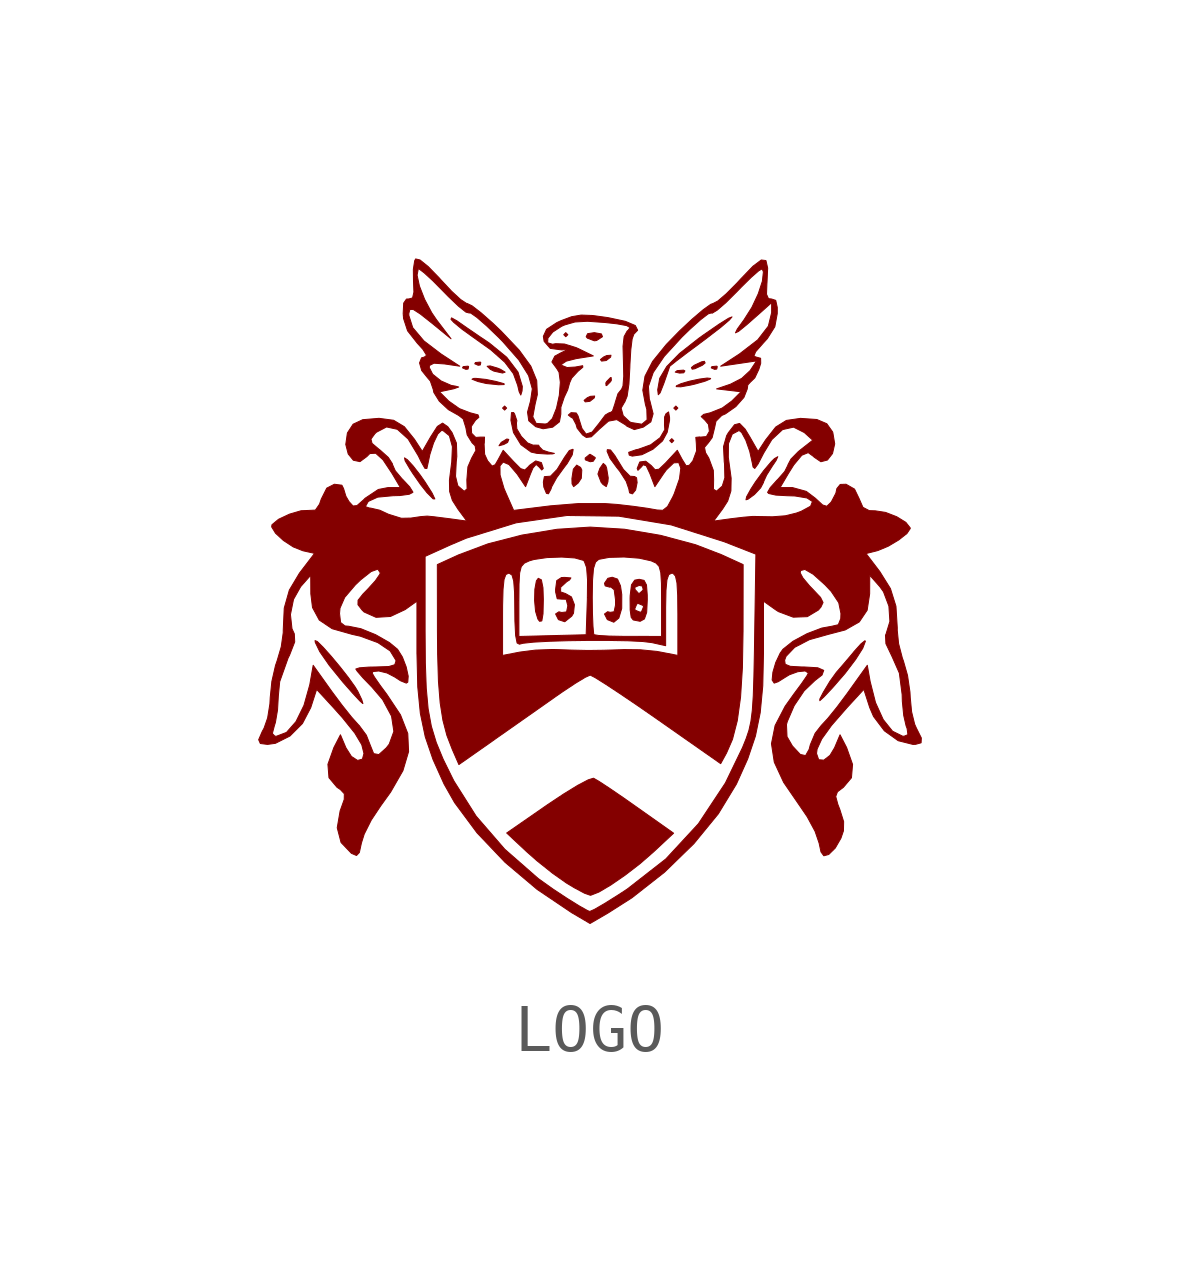
<source format=kicad_sym>
(kicad_symbol_lib
  (version 20220914)
  (generator "bitmap2component")
  (generator_version "9.0")
  (symbol "LOGO"
    (pin_names
      (offset 1.016))
    (property "Reference" "#G"
      (at 0 6.841 0)
      (effects (font (size 1.27 1.27)) hide))
    (symbol "LOGO_0_0"
      (polyline (pts (xy 0.38 -6.736) (xy 0.869 -6.424) (xy 1.548 -5.891) (xy 2.159 -5.297) (xy 2.669 -4.674) (xy 3.046 -4.054) (xy 3.054 -4.036) (xy 3.282 -3.528) (xy 3.442 -3.054) (xy 3.542 -2.565) (xy 3.595 -2.009) (xy 3.61 -1.335) (xy 3.61 -0.243) (xy 3.857 -0.419) (xy 3.921 -0.461) (xy 4.23 -0.577) (xy 4.523 -0.566) (xy 4.754 -0.428) (xy 4.807 -0.366) (xy 4.851 -0.271) (xy 4.799 -0.166) (xy 4.64 0.003) (xy 4.569 0.076) (xy 4.43 0.243) (xy 4.375 0.346) (xy 4.384 0.395) (xy 4.473 0.418) (xy 4.647 0.317) (xy 4.894 0.095) (xy 5.02 -0.039) (xy 5.178 -0.275) (xy 5.224 -0.5) (xy 5.22 -0.607) (xy 5.169 -0.734) (xy 5.033 -0.766) (xy 4.824 -0.804) (xy 4.519 -0.92) (xy 4.224 -1.079) (xy 4.015 -1.246) (xy 3.957 -1.327) (xy 3.888 -1.474) (xy 4.05 -1.474) (xy 4.08 -1.393) (xy 4.26 -1.205) (xy 4.566 -1.046) (xy 4.965 -0.934) (xy 5.313 -0.843) (xy 5.606 -0.676) (xy 5.77 -0.432) (xy 5.822 -0.091) (xy 5.824 0.297) (xy 6.034 0.059) (xy 6.11 -0.047) (xy 6.223 -0.346) (xy 6.244 -0.665) (xy 6.163 -0.93) (xy 6.152 -0.952) (xy 6.161 -1.129) (xy 6.292 -1.404) (xy 6.441 -1.742) (xy 6.499 -2.189) (xy 6.503 -2.33) (xy 6.532 -2.625) (xy 6.581 -2.84) (xy 6.603 -2.899) (xy 6.619 -3.025) (xy 6.539 -3.058) (xy 6.508 -3.056) (xy 6.299 -2.953) (xy 6.105 -2.711) (xy 5.944 -2.356) (xy 5.832 -1.915) (xy 5.773 -1.58) (xy 5.381 -2.128) (xy 5.351 -2.17) (xy 5.14 -2.452) (xy 4.948 -2.689) (xy 4.814 -2.833) (xy 4.686 -2.997) (xy 4.585 -3.237) (xy 4.562 -3.329) (xy 4.487 -3.461) (xy 4.377 -3.437) (xy 4.212 -3.26) (xy 4.1 -3.066) (xy 4.089 -2.814) (xy 4.106 -2.752) (xy 4.249 -2.421) (xy 4.457 -2.112) (xy 4.682 -1.897) (xy 4.83 -1.782) (xy 4.865 -1.685) (xy 4.741 -1.631) (xy 4.454 -1.614) (xy 4.4 -1.614) (xy 4.168 -1.601) (xy 4.063 -1.558) (xy 4.05 -1.474) (xy 3.888 -1.474) (xy 3.866 -1.519) (xy 3.806 -1.724) (xy 3.79 -1.886) (xy 3.833 -1.951) (xy 3.916 -1.922) (xy 4.072 -1.824) (xy 4.149 -1.777) (xy 4.325 -1.713) (xy 4.479 -1.697) (xy 4.545 -1.741) (xy 4.513 -1.801) (xy 4.402 -1.963) (xy 4.238 -2.184) (xy 4.061 -2.433) (xy 3.852 -2.835) (xy 3.776 -3.213) (xy 3.835 -3.598) (xy 4.03 -4.019) (xy 4.365 -4.507) (xy 4.521 -4.736) (xy 4.685 -5.04) (xy 4.769 -5.285) (xy 4.808 -5.468) (xy 4.867 -5.549) (xy 4.968 -5.522) (xy 4.97 -5.521) (xy 5.105 -5.388) (xy 5.224 -5.182) (xy 5.276 -5.029) (xy 5.28 -4.837) (xy 5.202 -4.588) (xy 5.159 -4.476) (xy 5.115 -4.313) (xy 5.151 -4.216) (xy 5.275 -4.122) (xy 5.443 -3.923) (xy 5.466 -3.644) (xy 5.342 -3.294) (xy 5.205 -3.028) (xy 5.091 -3.298) (xy 4.996 -3.456) (xy 4.867 -3.556) (xy 4.76 -3.547) (xy 4.715 -3.417) (xy 4.727 -3.326) (xy 4.824 -3.115) (xy 5.027 -2.833) (xy 5.35 -2.463) (xy 5.701 -2.081) (xy 5.824 -2.462) (xy 5.903 -2.646) (xy 6.128 -2.944) (xy 6.417 -3.151) (xy 6.723 -3.228) (xy 6.777 -3.227) (xy 6.894 -3.195) (xy 6.899 -3.094) (xy 6.796 -2.888) (xy 6.76 -2.808) (xy 6.696 -2.548) (xy 6.668 -2.251) (xy 6.662 -2.138) (xy 6.611 -1.789) (xy 6.525 -1.487) (xy 6.504 -1.431) (xy 6.425 -1.127) (xy 6.397 -0.849) (xy 6.398 -0.801) (xy 6.37 -0.349) (xy 6.255 0.019) (xy 6.034 0.373) (xy 5.747 0.749) (xy 5.969 0.805) (xy 5.997 0.813) (xy 6.21 0.902) (xy 6.428 1.032) (xy 6.599 1.167) (xy 6.668 1.27) (xy 6.667 1.284) (xy 6.576 1.399) (xy 6.386 1.516) (xy 6.154 1.606) (xy 5.94 1.639) (xy 5.814 1.643) (xy 5.682 1.712) (xy 5.6 1.899) (xy 5.507 2.092) (xy 5.33 2.193) (xy 5.209 2.189) (xy 5.139 2.103) (xy 5.118 2.006) (xy 5.027 1.832) (xy 5.01 1.81) (xy 4.93 1.734) (xy 4.842 1.761) (xy 4.691 1.901) (xy 4.502 2.044) (xy 4.212 2.124) (xy 3.956 2.124) (xy 4.127 2.414) (xy 4.241 2.596) (xy 4.408 2.797) (xy 4.542 2.852) (xy 4.656 2.769) (xy 4.663 2.759) (xy 4.806 2.662) (xy 4.943 2.698) (xy 5.048 2.833) (xy 5.094 3.035) (xy 5.055 3.268) (xy 5.049 3.285) (xy 4.929 3.454) (xy 4.722 3.542) (xy 4.389 3.565) (xy 4.376 3.565) (xy 4.087 3.523) (xy 3.865 3.385) (xy 3.654 3.116) (xy 3.498 2.877) (xy 3.325 3.18) (xy 3.227 3.342) (xy 3.112 3.46) (xy 3.007 3.433) (xy 2.879 3.268) (xy 2.842 3.205) (xy 2.777 2.976) (xy 2.792 2.661) (xy 2.798 2.617) (xy 2.805 2.327) (xy 2.751 2.154) (xy 2.631 2.049) (xy 2.567 2.09) (xy 2.571 2.284) (xy 2.565 2.482) (xy 2.47 2.739) (xy 2.402 2.851) (xy 2.381 2.962) (xy 2.462 3.057) (xy 2.54 3.164) (xy 2.591 3.369) (xy 2.62 3.505) (xy 2.74 3.626) (xy 2.816 3.659) (xy 3.033 3.811) (xy 3.202 4.002) (xy 3.271 4.177) (xy 3.283 4.262) (xy 3.347 4.332) (xy 3.35 4.333) (xy 3.43 4.411) (xy 3.513 4.587) (xy 3.552 4.713) (xy 3.55 4.818) (xy 3.462 4.842) (xy 3.41 4.861) (xy 3.445 4.952) (xy 3.605 5.134) (xy 3.69 5.227) (xy 3.846 5.475) (xy 3.897 5.75) (xy 3.897 5.878) (xy 3.865 6.024) (xy 3.778 6.053) (xy 3.714 6.06) (xy 3.673 6.151) (xy 3.681 6.372) (xy 3.683 6.395) (xy 3.697 6.698) (xy 3.661 6.854) (xy 3.564 6.866) (xy 3.392 6.737) (xy 3.132 6.467) (xy 3.057 6.385) (xy 2.835 6.162) (xy 2.659 6.011) (xy 2.561 5.96) (xy 2.511 5.942) (xy 2.353 5.829) (xy 2.126 5.636) (xy 1.861 5.388) (xy 1.586 5.106) (xy 1.3 4.753) (xy 1.141 4.444) (xy 1.095 4.153) (xy 1.15 3.855) (xy 1.179 3.752) (xy 1.185 3.536) (xy 1.076 3.444) (xy 0.857 3.479) (xy 0.822 3.494) (xy 0.687 3.622) (xy 0.644 3.78) (xy 0.716 3.904) (xy 0.72 3.907) (xy 0.769 4.028) (xy 0.806 4.279) (xy 0.825 4.62) (xy 0.827 4.689) (xy 0.845 4.995) (xy 0.873 5.22) (xy 0.908 5.319) (xy 0.988 5.402) (xy 0.939 5.5) (xy 0.731 5.588) (xy 0.37 5.665) (xy 0.053 5.709) (xy -0.189 5.718) (xy -0.388 5.684) (xy -0.607 5.602) (xy -0.696 5.561) (xy -0.91 5.421) (xy -0.977 5.275) (xy -0.961 5.171) (xy -0.833 5.024) (xy -0.595 4.992) (xy -0.525 4.998) (xy -0.494 4.987) (xy -0.616 4.929) (xy -0.738 4.862) (xy -0.799 4.741) (xy -0.694 4.599) (xy -0.65 4.526) (xy -0.623 4.317) (xy -0.644 4.049) (xy -0.703 3.778) (xy -0.789 3.562) (xy -0.893 3.458) (xy -0.939 3.448) (xy -1.127 3.461) (xy -1.197 3.597) (xy -1.15 3.855) (xy -1.102 4.062) (xy -1.115 4.352) (xy -1.238 4.653) (xy -1.482 4.989) (xy -1.861 5.388) (xy -2.031 5.55) (xy -2.276 5.766) (xy -2.463 5.911) (xy -2.563 5.959) (xy -2.58 5.962) (xy -2.701 6.042) (xy -2.89 6.216) (xy -3.112 6.453) (xy -3.15 6.496) (xy -3.377 6.729) (xy -3.547 6.866) (xy -3.638 6.888) (xy -3.658 6.85) (xy -3.686 6.672) (xy -3.683 6.423) (xy -3.674 6.197) (xy -3.702 6.075) (xy -3.78 6.054) (xy -3.829 6.052) (xy -3.887 5.968) (xy -3.898 5.75) (xy -3.895 5.711) (xy -3.78 5.711) (xy -3.78 5.753) (xy -3.758 5.836) (xy -3.687 5.835) (xy -3.54 5.74) (xy -3.291 5.543) (xy -2.901 5.224) (xy -3.203 5.62) (xy -3.303 5.767) (xy -3.451 6.046) (xy -3.559 6.322) (xy -3.608 6.55) (xy -3.583 6.681) (xy -3.568 6.68) (xy -3.461 6.599) (xy -3.278 6.431) (xy -3.049 6.199) (xy -2.954 6.102) (xy -2.744 5.902) (xy -2.591 5.78) (xy -2.525 5.762) (xy -2.492 5.761) (xy -2.362 5.67) (xy -2.159 5.493) (xy -1.908 5.252) (xy -1.824 5.166) (xy -1.487 4.782) (xy -1.285 4.459) (xy -1.207 4.18) (xy -1.245 3.924) (xy -1.307 3.696) (xy -1.281 3.516) (xy -1.136 3.392) (xy -0.982 3.349) (xy -0.783 3.382) (xy -0.642 3.493) (xy -0.613 3.653) (xy -0.612 3.798) (xy -0.543 4.005) (xy -0.47 4.16) (xy -0.429 4.307) (xy -0.386 4.405) (xy -0.255 4.547) (xy -0.154 4.632) (xy -0.158 4.663) (xy -0.313 4.635) (xy -0.482 4.625) (xy -0.594 4.67) (xy -0.595 4.694) (xy -0.499 4.758) (xy -0.29 4.811) (xy 0.064 4.867) (xy -0.243 5.017) (xy -0.297 5.041) (xy -0.537 5.115) (xy -0.721 5.122) (xy -0.786 5.11) (xy -0.888 5.141) (xy -0.882 5.237) (xy -0.781 5.364) (xy -0.597 5.484) (xy -0.531 5.513) (xy -0.319 5.574) (xy -0.057 5.589) (xy 0.312 5.563) (xy 0.554 5.536) (xy 0.758 5.499) (xy 0.83 5.458) (xy 0.792 5.404) (xy 0.768 5.383) (xy 0.706 5.27) (xy 0.683 5.067) (xy 0.692 4.735) (xy 0.692 4.728) (xy 0.698 4.443) (xy 0.682 4.24) (xy 0.649 4.163) (xy 0.644 4.162) (xy 0.577 4.078) (xy 0.52 3.894) (xy 0.514 3.869) (xy 0.462 3.715) (xy 0.41 3.682) (xy 0.401 3.687) (xy 0.315 3.636) (xy 0.2 3.483) (xy 0.195 3.475) (xy 0.039 3.28) (xy -0.087 3.239) (xy -0.173 3.356) (xy -0.191 3.413) (xy -0.254 3.616) (xy -0.291 3.678) (xy -0.399 3.685) (xy -0.457 3.635) (xy -0.399 3.588) (xy -0.363 3.569) (xy -0.297 3.444) (xy -0.273 3.362) (xy -0.16 3.22) (xy -0.082 3.168) (xy 0.022 3.181) (xy 0.164 3.316) (xy 0.176 3.329) (xy 0.38 3.508) (xy 0.553 3.54) (xy 0.733 3.431) (xy 0.767 3.401) (xy 0.918 3.332) (xy 1.105 3.383) (xy 1.263 3.493) (xy 1.31 3.661) (xy 1.245 3.924) (xy 1.231 3.966) (xy 1.212 4.23) (xy 1.312 4.521) (xy 1.541 4.857) (xy 1.909 5.259) (xy 2.077 5.422) (xy 2.3 5.622) (xy 2.458 5.743) (xy 2.525 5.763) (xy 2.539 5.756) (xy 2.643 5.819) (xy 2.823 5.974) (xy 3.049 6.199) (xy 3.14 6.293) (xy 3.354 6.504) (xy 3.512 6.642) (xy 3.583 6.681) (xy 3.608 6.618) (xy 3.587 6.424) (xy 3.501 6.162) (xy 3.368 5.878) (xy 3.204 5.62) (xy 3.199 5.613) (xy 3.065 5.428) (xy 3.026 5.348) (xy 3.089 5.377) (xy 3.26 5.516) (xy 3.547 5.769) (xy 3.78 5.978) (xy 3.78 5.769) (xy 3.711 5.487) (xy 3.491 5.202) (xy 3.111 4.909) (xy 2.718 4.653) (xy 3.092 4.708) (xy 3.465 4.763) (xy 3.337 4.569) (xy 3.332 4.561) (xy 3.157 4.399) (xy 2.922 4.278) (xy 2.633 4.18) (xy 2.888 4.15) (xy 3.143 4.12) (xy 2.949 3.926) (xy 2.75 3.781) (xy 2.502 3.682) (xy 2.364 3.649) (xy 2.312 3.603) (xy 2.391 3.527) (xy 2.463 3.441) (xy 2.483 3.296) (xy 2.42 3.186) (xy 2.292 3.175) (xy 2.28 3.179) (xy 2.2 3.17) (xy 2.211 3.035) (xy 2.216 2.889) (xy 2.139 2.682) (xy 2.065 2.589) (xy 1.998 2.577) (xy 1.916 2.709) (xy 1.814 2.9) (xy 1.597 2.666) (xy 1.567 2.634) (xy 1.434 2.507) (xy 1.351 2.495) (xy 1.269 2.584) (xy 1.156 2.673) (xy 1.032 2.657) (xy 0.978 2.522) (xy 0.994 2.483) (xy 1.061 2.549) (xy 1.104 2.599) (xy 1.167 2.577) (xy 1.245 2.41) (xy 1.347 2.143) (xy 1.523 2.405) (xy 1.586 2.492) (xy 1.74 2.639) (xy 1.844 2.644) (xy 1.887 2.527) (xy 1.859 2.305) (xy 1.751 1.997) (xy 1.718 1.925) (xy 1.611 1.728) (xy 1.512 1.65) (xy 1.384 1.657) (xy 1.379 1.659) (xy 1.192 1.692) (xy 0.9 1.733) (xy 0.564 1.772) (xy 0.312 1.79) (xy -0.251 1.79) (xy -0.829 1.743) (xy -1.596 1.648) (xy -1.759 2.017) (xy -1.797 2.106) (xy -1.879 2.387) (xy -1.881 2.576) (xy -1.815 2.655) (xy -1.692 2.603) (xy -1.523 2.405) (xy -1.347 2.143) (xy -1.245 2.41) (xy -1.194 2.531) (xy -1.128 2.607) (xy -1.062 2.549) (xy -1.011 2.489) (xy -0.978 2.522) (xy -1.018 2.644) (xy -1.136 2.679) (xy -1.269 2.584) (xy -1.284 2.563) (xy -1.363 2.49) (xy -1.451 2.519) (xy -1.597 2.666) (xy -1.814 2.9) (xy -1.917 2.709) (xy -1.98 2.6) (xy -2.045 2.572) (xy -2.139 2.682) (xy -2.201 2.818) (xy -2.212 3.035) (xy -2.207 3.052) (xy -2.203 3.175) (xy -2.292 3.175) (xy -2.386 3.169) (xy -2.472 3.256) (xy -2.479 3.396) (xy -2.391 3.527) (xy -2.32 3.588) (xy -2.338 3.639) (xy -2.502 3.682) (xy -2.725 3.768) (xy -2.949 3.926) (xy -3.142 4.119) (xy -2.888 4.173) (xy -2.842 4.183) (xy -2.741 4.219) (xy -2.806 4.237) (xy -2.895 4.252) (xy -3.109 4.346) (xy -3.284 4.486) (xy -3.356 4.629) (xy -3.348 4.668) (xy -3.257 4.715) (xy -3.037 4.7) (xy -2.719 4.653) (xy -3.111 4.909) (xy -3.465 5.179) (xy -3.699 5.456) (xy -3.78 5.711) (xy -3.895 5.711) (xy -3.89 5.647) (xy -3.806 5.39) (xy -3.605 5.134) (xy -3.486 5.003) (xy -3.41 4.88) (xy -3.458 4.842) (xy -3.515 4.827) (xy -3.557 4.721) (xy -3.512 4.563) (xy -3.389 4.41) (xy -3.332 4.344) (xy -3.271 4.167) (xy -3.259 4.106) (xy -3.146 3.925) (xy -2.955 3.747) (xy -2.74 3.626) (xy -2.648 3.554) (xy -2.591 3.369) (xy -2.564 3.222) (xy -2.462 3.057) (xy -2.399 2.995) (xy -2.382 2.898) (xy -2.47 2.739) (xy -2.549 2.556) (xy -2.571 2.284) (xy -2.566 2.096) (xy -2.627 2.047) (xy -2.751 2.154) (xy -2.761 2.168) (xy -2.807 2.359) (xy -2.792 2.661) (xy -2.78 2.771) (xy -2.788 3.051) (xy -2.879 3.268) (xy -2.969 3.393) (xy -3.077 3.467) (xy -3.185 3.398) (xy -3.325 3.18) (xy -3.499 2.877) (xy -3.654 3.116) (xy -3.663 3.13) (xy -3.874 3.392) (xy -4.097 3.526) (xy -4.389 3.565) (xy -4.42 3.565) (xy -4.741 3.538) (xy -4.941 3.444) (xy -5.056 3.268) (xy -5.061 3.255) (xy -5.094 3.022) (xy -5.043 2.824) (xy -4.936 2.693) (xy -4.798 2.664) (xy -4.656 2.769) (xy -4.593 2.832) (xy -4.47 2.839) (xy -4.319 2.703) (xy -4.127 2.414) (xy -3.956 2.124) (xy -4.212 2.124) (xy -4.416 2.084) (xy -4.691 1.901) (xy -4.723 1.868) (xy -4.86 1.748) (xy -4.943 1.74) (xy -5.027 1.832) (xy -5.092 1.944) (xy -5.14 2.103) (xy -5.175 2.173) (xy -5.331 2.193) (xy -5.49 2.112) (xy -5.604 1.885) (xy -5.641 1.778) (xy -5.677 1.726) (xy -4.686 1.726) (xy -4.63 1.827) (xy -4.619 1.838) (xy -4.43 1.924) (xy -4.11 1.954) (xy -3.966 1.958) (xy -3.772 1.984) (xy -3.695 2.024) (xy -3.696 2.031) (xy -3.764 2.14) (xy -3.908 2.294) (xy -3.923 2.308) (xy -4.063 2.474) (xy -4.12 2.603) (xy -4.123 2.621) (xy -4.207 2.751) (xy -4.374 2.901) (xy -4.404 2.924) (xy -4.547 3.045) (xy -4.569 3.134) (xy -4.489 3.244) (xy -4.457 3.276) (xy -4.244 3.387) (xy -4.019 3.338) (xy -3.794 3.135) (xy -3.583 2.785) (xy -3.522 2.659) (xy -3.445 2.524) (xy -3.404 2.521) (xy -3.379 2.634) (xy -3.342 2.812) (xy -3.265 3.054) (xy -3.177 3.239) (xy -3.101 3.313) (xy -3.066 3.31) (xy -2.935 3.204) (xy -2.872 2.975) (xy -2.886 2.654) (xy -2.891 2.621) (xy -2.934 2.278) (xy -2.93 2.042) (xy -2.873 1.858) (xy -2.755 1.673) (xy -2.571 1.425) (xy -2.942 1.476) (xy -3.039 1.488) (xy -3.267 1.517) (xy -3.398 1.529) (xy -3.529 1.519) (xy -3.738 1.488) (xy -3.936 1.484) (xy -4.205 1.568) (xy -4.386 1.652) (xy -4.577 1.696) (xy -4.598 1.697) (xy -4.686 1.726) (xy -5.677 1.726) (xy -5.727 1.654) (xy -5.854 1.648) (xy -6.025 1.641) (xy -6.267 1.57) (xy -6.495 1.463) (xy -6.632 1.349) (xy -6.638 1.304) (xy -6.558 1.173) (xy -6.394 1.022) (xy -6.188 0.887) (xy -5.987 0.807) (xy -5.744 0.753) (xy -6.033 0.375) (xy -6.06 0.339) (xy -6.27 -0.013) (xy -6.376 -0.387) (xy -6.397 -0.849) (xy -6.397 -0.899) (xy -6.438 -1.192) (xy -6.525 -1.487) (xy -6.558 -1.582) (xy -6.634 -1.915) (xy -6.668 -2.251) (xy -6.675 -2.384) (xy -6.722 -2.676) (xy -6.796 -2.888) (xy -6.834 -2.957) (xy -6.853 -3.001) (xy -6.624 -3.001) (xy -6.582 -2.84) (xy -6.56 -2.77) (xy -6.516 -2.511) (xy -6.499 -2.216) (xy -6.471 -1.921) (xy -6.295 -1.426) (xy -6.266 -1.37) (xy -6.158 -1.092) (xy -6.166 -0.925) (xy -6.215 -0.817) (xy -6.247 -0.522) (xy -6.183 -0.206) (xy -6.034 0.059) (xy -5.824 0.297) (xy -5.822 -0.091) (xy -5.787 -0.376) (xy -5.646 -0.637) (xy -5.378 -0.817) (xy -4.965 -0.934) (xy -4.791 -0.973) (xy -4.426 -1.107) (xy -4.169 -1.28) (xy -4.05 -1.474) (xy -4.048 -1.492) (xy -4.073 -1.568) (xy -4.197 -1.605) (xy -4.454 -1.614) (xy -4.612 -1.617) (xy -4.808 -1.632) (xy -4.885 -1.657) (xy -4.855 -1.703) (xy -4.734 -1.843) (xy -4.55 -2.033) (xy -4.326 -2.295) (xy -4.14 -2.64) (xy -4.092 -2.957) (xy -4.189 -3.223) (xy -4.251 -3.302) (xy -4.405 -3.44) (xy -4.513 -3.42) (xy -4.585 -3.241) (xy -4.665 -3.036) (xy -4.815 -2.833) (xy -4.829 -2.82) (xy -4.973 -2.659) (xy -5.17 -2.412) (xy -5.382 -2.128) (xy -5.773 -1.58) (xy -5.832 -1.915) (xy -5.844 -1.984) (xy -5.965 -2.414) (xy -6.132 -2.754) (xy -6.329 -2.978) (xy -6.539 -3.058) (xy -6.572 -3.056) (xy -6.624 -3.001) (xy -6.853 -3.001) (xy -6.909 -3.13) (xy -6.874 -3.209) (xy -6.724 -3.228) (xy -6.559 -3.205) (xy -6.257 -3.053) (xy -5.997 -2.793) (xy -5.824 -2.462) (xy -5.701 -2.081) (xy -5.35 -2.463) (xy -5.164 -2.671) (xy -4.906 -2.992) (xy -4.761 -3.234) (xy -4.715 -3.417) (xy -4.747 -3.535) (xy -4.848 -3.562) (xy -4.976 -3.479) (xy -5.091 -3.298) (xy -5.205 -3.028) (xy -5.342 -3.294) (xy -5.466 -3.642) (xy -5.444 -3.922) (xy -5.276 -4.122) (xy -5.207 -4.168) (xy -5.124 -4.256) (xy -5.126 -4.375) (xy -5.202 -4.588) (xy -5.211 -4.61) (xy -5.272 -4.965) (xy -5.192 -5.272) (xy -4.977 -5.497) (xy -4.975 -5.498) (xy -4.87 -5.543) (xy -4.811 -5.481) (xy -4.768 -5.283) (xy -4.71 -5.098) (xy -4.563 -4.805) (xy -4.365 -4.507) (xy -4.159 -4.221) (xy -3.903 -3.775) (xy -3.785 -3.378) (xy -3.802 -3.001) (xy -3.954 -2.612) (xy -4.239 -2.184) (xy -4.374 -2.002) (xy -4.497 -1.825) (xy -4.545 -1.741) (xy -4.526 -1.71) (xy -4.407 -1.698) (xy -4.234 -1.74) (xy -4.073 -1.824) (xy -3.953 -1.902) (xy -3.833 -1.951) (xy -3.802 -1.931) (xy -3.793 -1.806) (xy -3.835 -1.613) (xy -3.914 -1.408) (xy -4.015 -1.246) (xy -4.186 -1.105) (xy -4.472 -0.942) (xy -4.78 -0.817) (xy -5.033 -0.766) (xy -5.111 -0.759) (xy -5.202 -0.688) (xy -5.224 -0.5) (xy -5.214 -0.388) (xy -5.116 -0.164) (xy -4.895 0.095) (xy -4.784 0.201) (xy -4.565 0.374) (xy -4.425 0.424) (xy -4.375 0.346) (xy -4.385 0.316) (xy -4.478 0.181) (xy -4.64 0.003) (xy -4.735 -0.094) (xy -4.838 -0.224) (xy -4.84 -0.317) (xy -4.754 -0.428) (xy -4.712 -0.469) (xy -4.463 -0.58) (xy -4.162 -0.562) (xy -3.857 -0.419) (xy -3.611 -0.243) (xy -3.611 -0.871) (xy -3.441 -0.871) (xy -3.441 0.69) (xy -2.91 0.93) (xy -2.582 1.069) (xy -1.545 1.389) (xy -0.485 1.542) (xy 0.594 1.528) (xy 1.214 1.425) (xy 2.571 1.425) (xy 2.759 1.679) (xy 2.864 1.843) (xy 2.931 2.054) (xy 2.936 2.32) (xy 2.885 2.696) (xy 2.877 2.754) (xy 2.88 3.039) (xy 2.959 3.238) (xy 3.101 3.313) (xy 3.155 3.271) (xy 3.242 3.11) (xy 3.323 2.879) (xy 3.377 2.634) (xy 3.393 2.552) (xy 3.428 2.522) (xy 3.496 2.614) (xy 3.615 2.844) (xy 3.784 3.124) (xy 4.008 3.332) (xy 4.237 3.383) (xy 4.461 3.27) (xy 4.637 3.111) (xy 4.378 2.908) (xy 4.335 2.873) (xy 4.182 2.717) (xy 4.12 2.6) (xy 4.119 2.591) (xy 4.052 2.458) (xy 3.908 2.294) (xy 3.889 2.276) (xy 3.752 2.124) (xy 3.695 2.024) (xy 3.719 2) (xy 3.866 1.967) (xy 4.103 1.954) (xy 4.264 1.949) (xy 4.517 1.907) (xy 4.63 1.833) (xy 4.592 1.736) (xy 4.395 1.629) (xy 4.294 1.592) (xy 4.067 1.536) (xy 3.796 1.515) (xy 3.419 1.522) (xy 3.382 1.522) (xy 3.194 1.506) (xy 2.942 1.476) (xy 2.571 1.425) (xy 1.214 1.425) (xy 1.686 1.346) (xy 2.788 0.996) (xy 3.452 0.736) (xy 3.425 -1.012) (xy 3.421 -1.287) (xy 3.41 -1.816) (xy 3.397 -2.216) (xy 3.377 -2.517) (xy 3.348 -2.746) (xy 3.307 -2.933) (xy 3.249 -3.106) (xy 3.173 -3.294) (xy 2.816 -4.032) (xy 2.254 -4.881) (xy 1.576 -5.614) (xy 0.771 -6.242) (xy 0.572 -6.372) (xy 0.294 -6.546) (xy 0.089 -6.665) (xy -0.01 -6.709) (xy -0.057 -6.69) (xy -0.226 -6.595) (xy -0.479 -6.438) (xy -0.782 -6.238) (xy -1.082 -6.024) (xy -1.781 -5.412) (xy -2.378 -4.722) (xy -2.839 -3.993) (xy -2.874 -3.924) (xy -3.066 -3.534) (xy -3.209 -3.187) (xy -3.311 -2.85) (xy -3.378 -2.485) (xy -3.417 -2.057) (xy -3.436 -1.531) (xy -3.441 -0.871) (xy -3.611 -0.871) (xy -3.611 -1.335) (xy -3.61 -1.359) (xy -3.594 -2.028) (xy -3.54 -2.581) (xy -3.438 -3.069) (xy -3.276 -3.543) (xy -3.046 -4.054) (xy -2.827 -4.44) (xy -2.359 -5.071) (xy -1.775 -5.685) (xy -1.106 -6.25) (xy -0.385 -6.736) (xy -0.004 -6.96) (xy 0.38 -6.736)) (stroke (width 0.01) (type default)) (fill (type outline)))
      (polyline (pts (xy 0.014 -6.37) (xy 0.18 -6.305) (xy 0.43 -6.157) (xy 0.729 -5.951) (xy 1.038 -5.713) (xy 1.319 -5.468) (xy 1.737 -5.078) (xy 0.956 -4.526) (xy 0.68 -4.332) (xy 0.393 -4.136) (xy 0.179 -3.996) (xy 0.07 -3.933) (xy 0.069 -3.932) (xy -0.042 -3.966) (xy -0.259 -4.08) (xy -0.551 -4.259) (xy -0.888 -4.483) (xy -1.741 -5.074) (xy -1.322 -5.466) (xy -1.111 -5.652) (xy -0.787 -5.911) (xy -0.498 -6.115) (xy -0.327 -6.218) (xy -0.119 -6.329) (xy -0.000100 -6.371) (xy 0.014 -6.37)) (stroke (width 0.01) (type default)) (fill (type outline)))
      (polyline (pts (xy -2.048 -3.165) (xy -1.954 -3.098) (xy -1.538 -2.806) (xy -1.101 -2.499) (xy -0.723 -2.233) (xy -0.579 -2.133) (xy -0.309 -1.954) (xy -0.104 -1.83) (xy -0.001 -1.784) (xy 0.000200 -1.784) (xy 0.098 -1.834) (xy 0.309 -1.966) (xy 0.613 -2.166) (xy 0.985 -2.418) (xy 1.402 -2.707) (xy 2.718 -3.629) (xy 2.84 -3.407) (xy 2.964 -3.122) (xy 3.064 -2.735) (xy 3.132 -2.244) (xy 3.171 -1.629) (xy 3.184 -0.866) (xy 3.186 0.519) (xy 2.739 0.723) (xy 2.194 0.933) (xy 1.467 1.128) (xy 0.711 1.256) (xy -0.000100 1.3) (xy -0.002 1.3) (xy -0.69 1.255) (xy -1.423 1.134) (xy -2.129 0.952) (xy -2.74 0.723) (xy -3.186 0.519) (xy -3.184 -0.866) (xy -3.18 -1.351) (xy -3.179 -1.374) (xy -1.827 -1.374) (xy -1.827 -0.517) (xy -1.826 -0.33) (xy -1.817 0.005) (xy -1.796 0.209) (xy -1.758 0.312) (xy -1.699 0.34) (xy -1.689 0.339) (xy -1.63 0.3) (xy -1.595 0.178) (xy -1.577 -0.055) (xy -1.574 -0.232) (xy -1.487 -0.232) (xy -1.484 0.115) (xy -1.471 0.345) (xy -1.437 0.477) (xy -1.373 0.549) (xy -1.269 0.597) (xy -1.172 0.625) (xy -0.9 0.665) (xy -0.594 0.676) (xy -0.32 0.657) (xy -0.145 0.608) (xy -0.124 0.588) (xy -0.076 0.456) (xy -0.056 0.2) (xy -0.06 -0.165) (xy 0.042 -0.165) (xy 0.048 0.197) (xy 0.068 0.437) (xy 0.11 0.57) (xy 0.177 0.628) (xy 0.394 0.669) (xy 0.704 0.677) (xy 1.022 0.652) (xy 1.269 0.597) (xy 1.37 0.551) (xy 1.435 0.481) (xy 1.47 0.351) (xy 1.484 0.126) (xy 1.486 -0.232) (xy 1.486 -0.978) (xy 0.801 -0.977) (xy 0.705 -0.977) (xy 0.398 -0.971) (xy 0.175 -0.958) (xy 0.079 -0.942) (xy 0.071 -0.92) (xy 0.057 -0.767) (xy 0.046 -0.501) (xy 0.042 -0.165) (xy -0.06 -0.165) (xy -0.06 -0.202) (xy -0.085 -0.943) (xy -0.786 -0.961) (xy -1.487 -0.979) (xy -1.487 -0.232) (xy -1.574 -0.232) (xy -1.572 -0.43) (xy -1.57 -0.653) (xy -1.555 -0.957) (xy -1.524 -1.115) (xy -1.475 -1.14) (xy -1.403 -1.121) (xy -1.181 -1.097) (xy -0.852 -1.079) (xy -0.453 -1.067) (xy -0.022 -1.061) (xy 0.405 -1.062) (xy 0.789 -1.069) (xy 1.095 -1.084) (xy 1.285 -1.107) (xy 1.571 -1.171) (xy 1.571 -0.416) (xy 1.571 -0.373) (xy 1.578 -0.018) (xy 1.598 0.2) (xy 1.636 0.31) (xy 1.699 0.34) (xy 1.727 0.335) (xy 1.776 0.279) (xy 1.807 0.137) (xy 1.822 -0.119) (xy 1.826 -0.517) (xy 1.826 -1.374) (xy 1.465 -1.304) (xy 1.388 -1.29) (xy 1.042 -1.256) (xy 0.701 -1.252) (xy 0.605 -1.256) (xy 0.277 -1.266) (xy -0.000100 -1.27) (xy -0.075 -1.27) (xy -0.381 -1.263) (xy -0.701 -1.252) (xy -0.786 -1.25) (xy -1.142 -1.263) (xy -1.466 -1.304) (xy -1.827 -1.374) (xy -3.179 -1.374) (xy -3.163 -1.913) (xy -3.127 -2.361) (xy -3.07 -2.725) (xy -2.988 -3.038) (xy -2.875 -3.332) (xy -2.737 -3.648) (xy -2.048 -3.165)) (stroke (width 0.01) (type default)) (fill (type outline)))
      (polyline (pts (xy -4.737 -2.377) (xy -4.761 -2.295) (xy -4.842 -2.125) (xy -4.899 -2.031) (xy -5.036 -1.839) (xy -5.212 -1.614) (xy -5.398 -1.391) (xy -5.566 -1.203) (xy -5.688 -1.083) (xy -5.734 -1.065) (xy -5.729 -1.103) (xy -5.635 -1.297) (xy -5.438 -1.581) (xy -5.152 -1.933) (xy -5.142 -1.944) (xy -4.949 -2.163) (xy -4.804 -2.319) (xy -4.739 -2.378) (xy -4.737 -2.377)) (stroke (width 0.01) (type default)) (fill (type outline)))
      (polyline (pts (xy 4.87 -2.238) (xy 5.057 -2.039) (xy 5.312 -1.745) (xy 5.529 -1.459) (xy 5.678 -1.225) (xy 5.734 -1.077) (xy 5.723 -1.068) (xy 5.64 -1.134) (xy 5.5 -1.289) (xy 5.454 -1.346) (xy 5.275 -1.557) (xy 5.139 -1.714) (xy 5.128 -1.727) (xy 4.996 -1.91) (xy 4.858 -2.139) (xy 4.855 -2.145) (xy 4.783 -2.284) (xy 4.784 -2.317) (xy 4.87 -2.238)) (stroke (width 0.01) (type default)) (fill (type outline)))
      (polyline (pts (xy -3.294 2.007) (xy -3.441 2.239) (xy -3.544 2.386) (xy -3.695 2.58) (xy -3.81 2.704) (xy -3.87 2.743) (xy -3.857 2.681) (xy -3.753 2.504) (xy -3.693 2.412) (xy -3.531 2.18) (xy -3.403 2.018) (xy -3.274 1.888) (xy -3.238 1.887) (xy -3.294 2.007)) (stroke (width 0.01) (type default)) (fill (type outline)))
      (polyline (pts (xy 3.287 1.881) (xy 3.421 1.979) (xy 3.551 2.118) (xy 3.61 2.23) (xy 3.613 2.247) (xy 3.676 2.385) (xy 3.798 2.578) (xy 3.872 2.687) (xy 3.908 2.767) (xy 3.838 2.727) (xy 3.775 2.666) (xy 3.614 2.476) (xy 3.441 2.239) (xy 3.347 2.093) (xy 3.258 1.932) (xy 3.245 1.869) (xy 3.287 1.881)) (stroke (width 0.01) (type default)) (fill (type outline)))
      (polyline (pts (xy -0.818 2.093) (xy -0.804 2.139) (xy -0.702 2.325) (xy -0.546 2.54) (xy -0.48 2.626) (xy -0.375 2.806) (xy -0.356 2.915) (xy -0.362 2.922) (xy -0.436 2.896) (xy -0.535 2.755) (xy -0.69 2.502) (xy -0.828 2.361) (xy -0.924 2.354) (xy -0.956 2.351) (xy -0.977 2.237) (xy -0.967 2.134) (xy -0.913 2.003) (xy -0.871 1.994) (xy -0.818 2.093)) (stroke (width 0.01) (type default)) (fill (type outline)))
      (polyline (pts (xy 0.946 2.074) (xy 0.977 2.228) (xy 0.965 2.328) (xy 0.924 2.354) (xy 0.829 2.36) (xy 0.691 2.501) (xy 0.534 2.755) (xy 0.521 2.779) (xy 0.423 2.907) (xy 0.356 2.914) (xy 0.351 2.878) (xy 0.413 2.732) (xy 0.552 2.541) (xy 0.615 2.463) (xy 0.749 2.254) (xy 0.803 2.098) (xy 0.82 2.013) (xy 0.88 1.992) (xy 0.946 2.074)) (stroke (width 0.01) (type default)) (fill (type outline)))
      (polyline (pts (xy -0.252 2.218) (xy -0.186 2.318) (xy -0.176 2.49) (xy -0.201 2.543) (xy -0.282 2.592) (xy -0.352 2.507) (xy -0.382 2.313) (xy -0.379 2.201) (xy -0.346 2.143) (xy -0.252 2.218)) (stroke (width 0.01) (type default)) (fill (type outline)))
      (polyline (pts (xy 0.368 2.243) (xy 0.375 2.325) (xy 0.341 2.532) (xy 0.321 2.583) (xy 0.272 2.627) (xy 0.2 2.523) (xy 0.16 2.406) (xy 0.227 2.234) (xy 0.266 2.188) (xy 0.334 2.144) (xy 0.368 2.243)) (stroke (width 0.01) (type default)) (fill (type outline)))
      (polyline (pts (xy 0.062 2.672) (xy 0.106 2.739) (xy 0.101 2.751) (xy -0.000100 2.816) (xy -0.013 2.815) (xy -0.106 2.739) (xy -0.102 2.701) (xy -0.000100 2.662) (xy 0.062 2.672)) (stroke (width 0.01) (type default)) (fill (type outline)))
      (polyline (pts (xy 1.075 2.808) (xy 1.306 2.922) (xy 1.506 3.096) (xy 1.604 3.277) (xy 1.653 3.526) (xy 1.653 3.583) (xy 1.632 3.7) (xy 1.578 3.661) (xy 1.549 3.594) (xy 1.547 3.424) (xy 1.554 3.331) (xy 1.456 3.163) (xy 1.258 3.014) (xy 0.999 2.921) (xy 0.953 2.912) (xy 0.801 2.858) (xy 0.812 2.8) (xy 0.875 2.779) (xy 1.075 2.808)) (stroke (width 0.01) (type default)) (fill (type outline)))
      (polyline (pts (xy -0.785 2.825) (xy -0.747 2.836) (xy -0.871 2.863) (xy -0.99 2.903) (xy -1.062 2.977) (xy -1.075 3.007) (xy -1.177 3.009) (xy -1.187 3.006) (xy -1.305 3.053) (xy -1.436 3.188) (xy -1.53 3.347) (xy -1.538 3.468) (xy -1.529 3.517) (xy -1.576 3.657) (xy -1.598 3.688) (xy -1.641 3.685) (xy -1.653 3.526) (xy -1.599 3.27) (xy -1.444 3.017) (xy -1.232 2.863) (xy -1.11 2.836) (xy -0.892 2.822) (xy -0.785 2.825)) (stroke (width 0.01) (type default)) (fill (type outline)))
      (polyline (pts (xy -1.802 3.021) (xy -1.722 3.064) (xy -1.697 3.127) (xy -1.738 3.136) (xy -1.849 3.069) (xy -1.86 3.058) (xy -1.901 2.995) (xy -1.802 3.021)) (stroke (width 0.01) (type default)) (fill (type outline)))
      (polyline (pts (xy 1.741 3.101) (xy 1.699 3.143) (xy 1.656 3.101) (xy 1.699 3.058) (xy 1.741 3.101)) (stroke (width 0.01) (type default)) (fill (type outline)))
      (polyline (pts (xy -1.742 3.78) (xy -1.784 3.823) (xy -1.827 3.78) (xy -1.784 3.738) (xy -1.742 3.78)) (stroke (width 0.01) (type default)) (fill (type outline)))
      (polyline (pts (xy 1.826 3.78) (xy 1.784 3.823) (xy 1.741 3.78) (xy 1.784 3.738) (xy 1.826 3.78)) (stroke (width 0.01) (type default)) (fill (type outline)))
      (polyline (pts (xy -0.007 3.921) (xy 0.084 3.992) (xy 0.092 4.031) (xy 0.004 4.025) (xy -0.061 3.996) (xy -0.128 3.941) (xy -0.104 3.909) (xy -0.007 3.921)) (stroke (width 0.01) (type default)) (fill (type outline)))
      (polyline (pts (xy -1.421 4.136) (xy -1.415 4.231) (xy -1.505 4.53) (xy -1.74 4.839) (xy -2.104 5.136) (xy -2.311 5.275) (xy -2.572 5.454) (xy -2.757 5.583) (xy -2.776 5.597) (xy -2.89 5.66) (xy -2.902 5.629) (xy -2.843 5.565) (xy -2.67 5.422) (xy -2.438 5.255) (xy -2.071 4.993) (xy -1.78 4.735) (xy -1.601 4.497) (xy -1.512 4.254) (xy -1.481 4.121) (xy -1.447 4.052) (xy -1.421 4.136)) (stroke (width 0.01) (type default)) (fill (type outline)))
      (polyline (pts (xy 1.456 4.098) (xy 1.532 4.29) (xy 1.563 4.378) (xy 1.628 4.565) (xy 1.655 4.648) (xy 1.673 4.665) (xy 1.796 4.763) (xy 2.01 4.926) (xy 2.285 5.13) (xy 2.426 5.236) (xy 2.723 5.465) (xy 2.899 5.615) (xy 2.954 5.68) (xy 2.884 5.653) (xy 2.688 5.531) (xy 2.362 5.306) (xy 2.26 5.233) (xy 1.859 4.917) (xy 1.594 4.646) (xy 1.448 4.401) (xy 1.406 4.163) (xy 1.406 4.158) (xy 1.418 4.058) (xy 1.456 4.098)) (stroke (width 0.01) (type default)) (fill (type outline)))
      (polyline (pts (xy 2.09 4.259) (xy 2.192 4.283) (xy 2.4 4.343) (xy 2.503 4.387) (xy 2.509 4.398) (xy 2.436 4.406) (xy 2.273 4.384) (xy 2.075 4.342) (xy 1.897 4.291) (xy 1.795 4.244) (xy 1.791 4.227) (xy 1.887 4.223) (xy 2.09 4.259)) (stroke (width 0.01) (type default)) (fill (type outline)))
      (polyline (pts (xy -1.794 4.27) (xy -1.795 4.288) (xy -1.954 4.332) (xy -2.171 4.377) (xy -2.379 4.399) (xy -2.433 4.398) (xy -2.464 4.381) (xy -2.336 4.332) (xy -2.167 4.292) (xy -1.911 4.266) (xy -1.794 4.27)) (stroke (width 0.01) (type default)) (fill (type outline)))
      (polyline (pts (xy 0.345 4.251) (xy 0.425 4.332) (xy 0.441 4.363) (xy 0.435 4.418) (xy 0.42 4.414) (xy 0.34 4.332) (xy 0.324 4.302) (xy 0.33 4.248) (xy 0.345 4.251)) (stroke (width 0.01) (type default)) (fill (type outline)))
      (polyline (pts (xy -1.773 4.529) (xy -1.869 4.587) (xy -1.928 4.612) (xy -2.086 4.659) (xy -2.148 4.651) (xy -2.081 4.587) (xy -2.008 4.55) (xy -1.827 4.51) (xy -1.773 4.529)) (stroke (width 0.01) (type default)) (fill (type outline)))
      (polyline (pts (xy 1.948 4.515) (xy 1.973 4.554) (xy 1.943 4.571) (xy 1.81 4.56) (xy 1.771 4.53) (xy 1.862 4.509) (xy 1.948 4.515)) (stroke (width 0.01) (type default)) (fill (type outline)))
      (polyline (pts (xy -2.546 4.593) (xy -2.534 4.644) (xy -2.547 4.654) (xy -2.648 4.644) (xy -2.661 4.618) (xy -2.591 4.587) (xy -2.546 4.593)) (stroke (width 0.01) (type default)) (fill (type outline)))
      (polyline (pts (xy 2.181 4.6) (xy 2.336 4.672) (xy 2.394 4.72) (xy 2.378 4.755) (xy 2.321 4.744) (xy 2.166 4.672) (xy 2.108 4.625) (xy 2.124 4.59) (xy 2.181 4.6)) (stroke (width 0.01) (type default)) (fill (type outline)))
      (polyline (pts (xy 2.636 4.593) (xy 2.647 4.644) (xy 2.635 4.654) (xy 2.534 4.644) (xy 2.521 4.618) (xy 2.591 4.587) (xy 2.636 4.593)) (stroke (width 0.01) (type default)) (fill (type outline)))
      (polyline (pts (xy -2.291 4.678) (xy -2.28 4.729) (xy -2.292 4.739) (xy -2.393 4.729) (xy -2.406 4.703) (xy -2.336 4.672) (xy -2.291 4.678)) (stroke (width 0.01) (type default)) (fill (type outline)))
      (polyline (pts (xy 0.333 4.771) (xy 0.424 4.841) (xy 0.432 4.881) (xy 0.344 4.875) (xy 0.279 4.845) (xy 0.212 4.791) (xy 0.236 4.759) (xy 0.333 4.771)) (stroke (width 0.01) (type default)) (fill (type outline)))
      (polyline (pts (xy 0.132 5.188) (xy 0.255 5.267) (xy 0.233 5.325) (xy 0.085 5.352) (xy -0.055 5.33) (xy -0.085 5.267) (xy -0.058 5.236) (xy 0.085 5.182) (xy 0.132 5.188)) (stroke (width 0.01) (type default)) (fill (type outline)))
      (polyline (pts (xy -0.467 5.309) (xy -0.51 5.352) (xy -0.552 5.309) (xy -0.51 5.267) (xy -0.467 5.309)) (stroke (width 0.01) (type default)) (fill (type outline)))
      (polyline (pts (xy -1.009 -0.655) (xy -0.984 -0.507) (xy -0.977 -0.205) (xy -0.985 0.036) (xy -1.018 0.201) (xy -1.083 0.233) (xy -1.122 0.18) (xy -1.154 0.005) (xy -1.16 -0.228) (xy -1.139 -0.457) (xy -1.091 -0.616) (xy -1.056 -0.663) (xy -1.009 -0.655)) (stroke (width 0.01) (type default)) (fill (type outline)))
      (polyline (pts (xy -0.386 -0.556) (xy -0.349 -0.495) (xy -0.33 -0.316) (xy -0.392 -0.155) (xy -0.515 -0.085) (xy -0.618 -0.05) (xy -0.616 0.047) (xy -0.489 0.163) (xy -0.432 0.198) (xy -0.403 0.241) (xy -0.531 0.252) (xy -0.6 0.249) (xy -0.698 0.185) (xy -0.722 0.003) (xy -0.721 -0.053) (xy -0.688 -0.193) (xy -0.595 -0.201) (xy -0.502 -0.203) (xy -0.467 -0.34) (xy -0.493 -0.467) (xy -0.595 -0.479) (xy -0.653 -0.465) (xy -0.722 -0.51) (xy -0.665 -0.623) (xy -0.658 -0.63) (xy -0.531 -0.672) (xy -0.386 -0.556)) (stroke (width 0.01) (type default)) (fill (type outline)))
      (polyline (pts (xy 0.596 -0.595) (xy 0.656 -0.394) (xy 0.657 -0.106) (xy 0.63 0.077) (xy 0.568 0.217) (xy 0.458 0.255) (xy 0.367 0.233) (xy 0.297 0.13) (xy 0.311 0.075) (xy 0.408 0.048) (xy 0.428 0.053) (xy 0.499 -0.005) (xy 0.527 -0.216) (xy 0.527 -0.324) (xy 0.497 -0.464) (xy 0.416 -0.476) (xy 0.362 -0.463) (xy 0.297 -0.511) (xy 0.354 -0.623) (xy 0.36 -0.629) (xy 0.491 -0.682) (xy 0.596 -0.595)) (stroke (width 0.01) (type default)) (fill (type outline)))
      (polyline (pts (xy 1.129 -0.614) (xy 1.176 -0.477) (xy 1.189 -0.211) (xy 1.188 -0.115) (xy 1.172 0.095) (xy 1.121 0.19) (xy 1.019 0.212) (xy 0.927 0.195) (xy 0.859 0.097) (xy 0.853 0.045) (xy 0.928 0.045) (xy 1.019 0.085) (xy 1.084 0.072) (xy 1.104 0.000100) (xy 1.087 -0.026) (xy 1.019 -0.085) (xy 1.007 -0.081) (xy 0.934 0.000100) (xy 0.928 0.045) (xy 0.853 0.045) (xy 0.832 -0.127) (xy 0.83 -0.188) (xy 0.832 -0.405) (xy 0.927 -0.405) (xy 0.97 -0.302) (xy 0.997 -0.29) (xy 1.1 -0.333) (xy 1.111 -0.359) (xy 1.069 -0.463) (xy 1.042 -0.474) (xy 0.939 -0.432) (xy 0.927 -0.405) (xy 0.832 -0.405) (xy 0.832 -0.426) (xy 0.853 -0.58) (xy 0.896 -0.635) (xy 1.04 -0.663) (xy 1.129 -0.614)) (stroke (width 0.01) (type default)) (fill (type outline))))))
</source>
